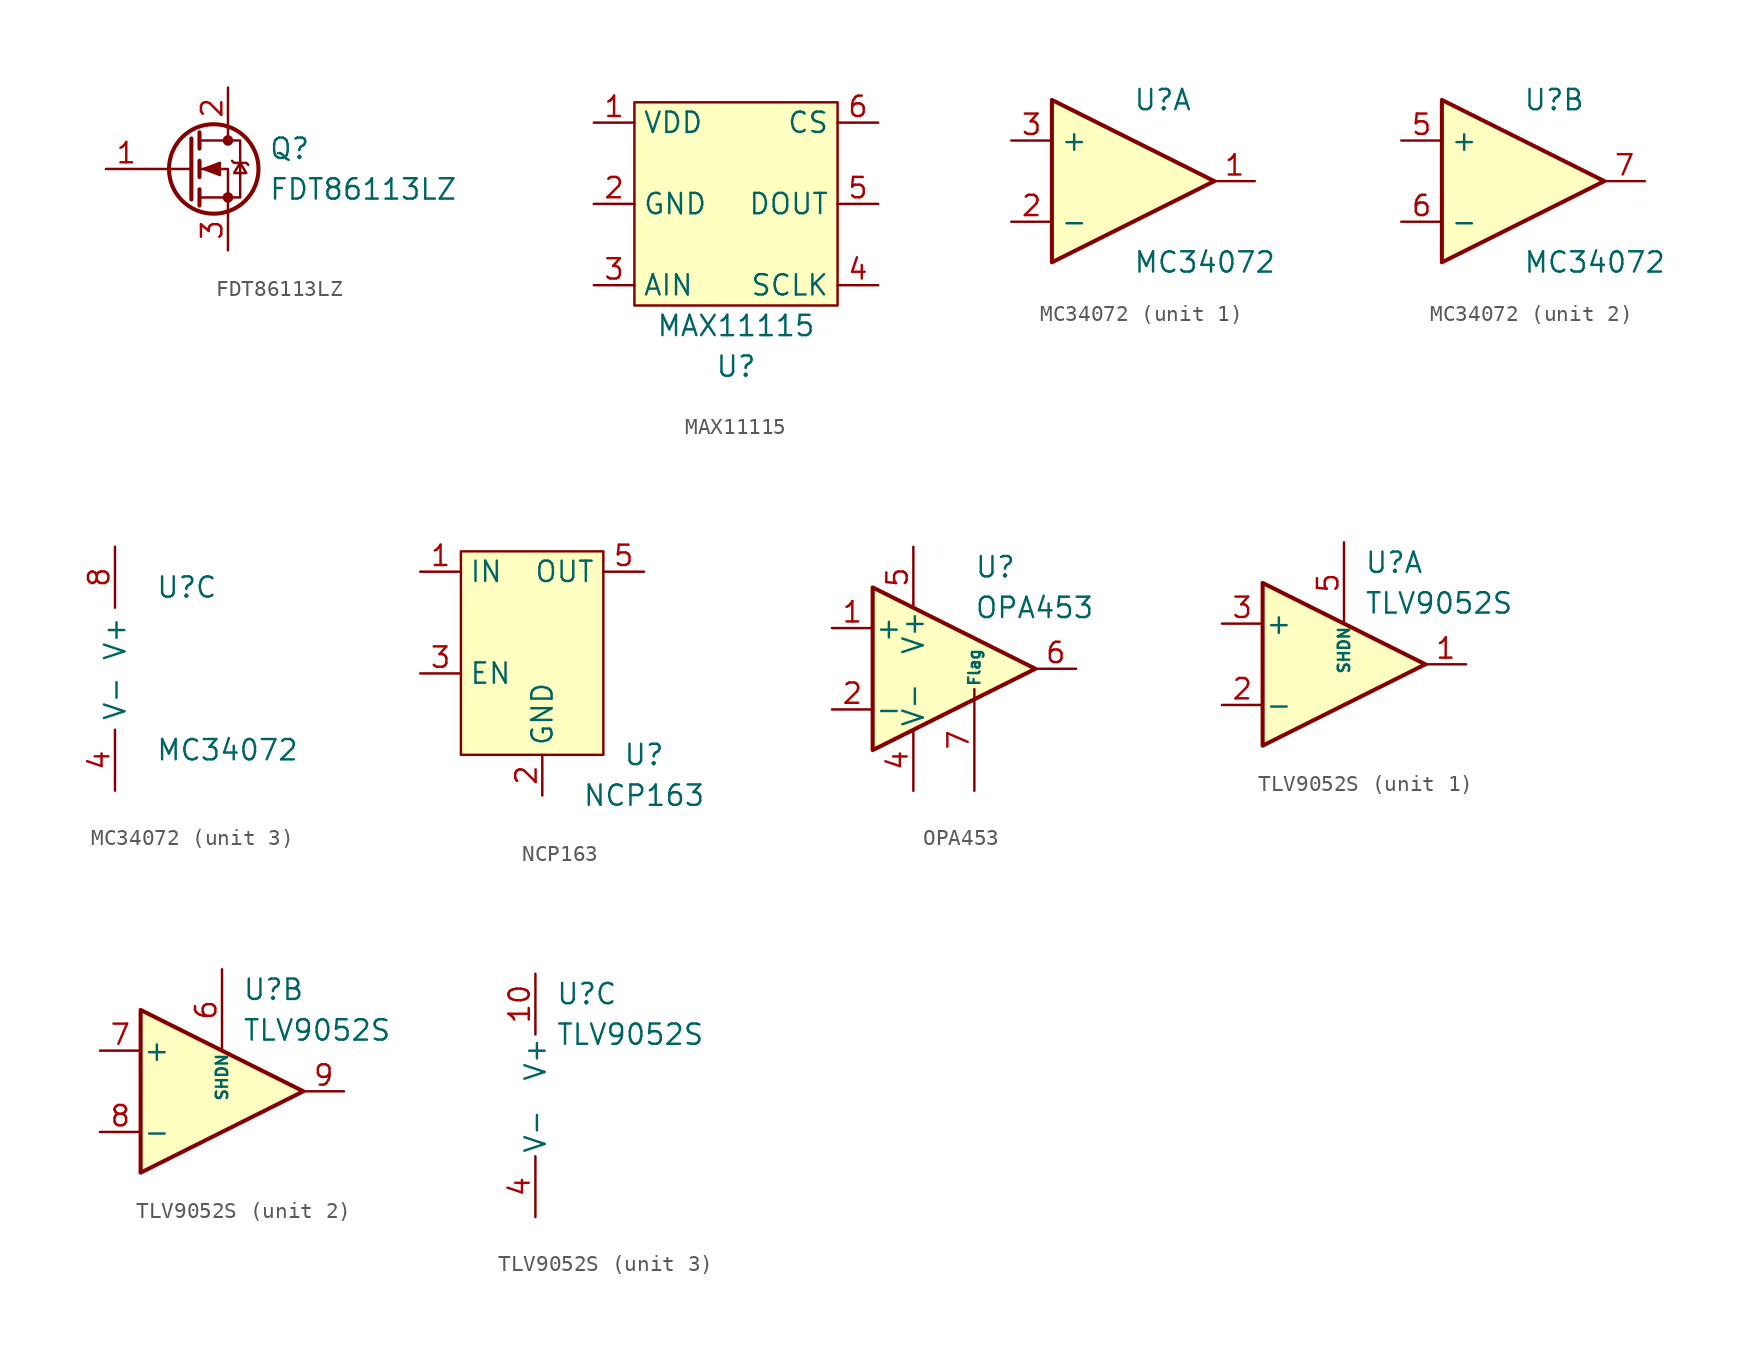
<source format=kicad_sym>
(kicad_symbol_lib
  (version 20211014)
  (generator kicad_symbol_editor)
  (symbol "FDT86113LZ"
    (pin_names
      (offset 0) hide)
    (property "Reference" "Q"
      (at 5.08 1.27 0)
      (effects (font (size 1.27 1.27)) (justify left)))
    (property "Value" "FDT86113LZ"
      (at 5.08 -1.27 0)
      (effects (font (size 1.27 1.27)) (justify left)))
    (symbol "FDT86113LZ_0_1"
      (polyline (pts (xy 0.254 0) (xy -2.54 0)) (stroke (width 0) (type default) (color 0 0 0 0)) (fill (type none)))
      (polyline (pts (xy 0.254 1.905) (xy 0.254 -1.905)) (stroke (width 0.254) (type default) (color 0 0 0 0)) (fill (type none)))
      (polyline (pts (xy 0.762 -1.27) (xy 0.762 -2.286)) (stroke (width 0.254) (type default) (color 0 0 0 0)) (fill (type none)))
      (polyline (pts (xy 0.762 0.508) (xy 0.762 -0.508)) (stroke (width 0.254) (type default) (color 0 0 0 0)) (fill (type none)))
      (polyline (pts (xy 0.762 2.286) (xy 0.762 1.27)) (stroke (width 0.254) (type default) (color 0 0 0 0)) (fill (type none)))
      (polyline (pts (xy 2.54 2.54) (xy 2.54 1.778)) (stroke (width 0) (type default) (color 0 0 0 0)) (fill (type none)))
      (polyline (pts (xy 2.54 -2.54) (xy 2.54 0) (xy 0.762 0)) (stroke (width 0) (type default) (color 0 0 0 0)) (fill (type none)))
      (polyline (pts (xy 0.762 -1.778) (xy 3.302 -1.778) (xy 3.302 1.778) (xy 0.762 1.778)) (stroke (width 0) (type default) (color 0 0 0 0)) (fill (type none)))
      (polyline (pts (xy 1.016 0) (xy 2.032 0.381) (xy 2.032 -0.381) (xy 1.016 0)) (stroke (width 0) (type default) (color 0 0 0 0)) (fill (type outline)))
      (polyline (pts (xy 2.794 0.508) (xy 2.921 0.381) (xy 3.683 0.381) (xy 3.81 0.254)) (stroke (width 0) (type default) (color 0 0 0 0)) (fill (type none)))
      (polyline (pts (xy 3.302 0.381) (xy 2.921 -0.254) (xy 3.683 -0.254) (xy 3.302 0.381)) (stroke (width 0) (type default) (color 0 0 0 0)) (fill (type none)))
      (circle (center 1.651 0) (radius 2.794) (stroke (width 0.254) (type default) (color 0 0 0 0)) (fill (type none)))
      (circle (center 2.54 -1.778) (radius 0.254) (stroke (width 0) (type default) (color 0 0 0 0)) (fill (type outline)))
      (circle (center 2.54 1.778) (radius 0.254) (stroke (width 0) (type default) (color 0 0 0 0)) (fill (type outline))))
    (symbol "FDT86113LZ_1_1"
      (pin input line (at -5.08 0 0) (length 2.54) (name "G" (effects (font (size 1.27 1.27)))) (number "1" (effects (font (size 1.27 1.27)))))
      (pin passive line (at 2.54 5.08 270) (length 2.54) (name "D" (effects (font (size 1.27 1.27)))) (number "2" (effects (font (size 1.27 1.27)))))
      (pin passive line (at 2.54 -5.08 90) (length 2.54) (name "S" (effects (font (size 1.27 1.27)))) (number "3" (effects (font (size 1.27 1.27)))))))
  (symbol "MAX11115"
    (property "Reference" "U"
      (at 0 -10.16 0)
      (effects (font (size 1.27 1.27))))
    (property "Value" "MAX11115"
      (at 0 -7.62 0)
      (effects (font (size 1.27 1.27))))
    (symbol "MAX11115_0_1"
      (rectangle (start -6.35 6.35) (end 6.35 -6.35) (stroke (width 0) (type default) (color 0 0 0 0)) (fill (type background))))
    (symbol "MAX11115_1_1"
      (pin power_in line (at -8.89 5.08 0) (length 2.54) (name "VDD" (effects (font (size 1.27 1.27)))) (number "1" (effects (font (size 1.27 1.27)))))
      (pin power_in line (at -8.89 0 0) (length 2.54) (name "GND" (effects (font (size 1.27 1.27)))) (number "2" (effects (font (size 1.27 1.27)))))
      (pin input line (at -8.89 -5.08 0) (length 2.54) (name "AIN" (effects (font (size 1.27 1.27)))) (number "3" (effects (font (size 1.27 1.27)))))
      (pin passive line (at 8.89 -5.08 180) (length 2.54) (name "SCLK" (effects (font (size 1.27 1.27)))) (number "4" (effects (font (size 1.27 1.27)))))
      (pin passive line (at 8.89 0 180) (length 2.54) (name "DOUT" (effects (font (size 1.27 1.27)))) (number "5" (effects (font (size 1.27 1.27)))))
      (pin passive line (at 8.89 5.08 180) (length 2.54) (name "CS" (effects (font (size 1.27 1.27)))) (number "6" (effects (font (size 1.27 1.27)))))))
  (symbol "MC34072"
    (property "Reference" "U"
      (at 0 5.08 0)
      (effects (font (size 1.27 1.27)) (justify left)))
    (property "Value" "MC34072"
      (at 0 -5.08 0)
      (effects (font (size 1.27 1.27)) (justify left)))
    (property "ki_locked" ""
      (at 0 0 0)
      (effects (font (size 1.27 1.27))))
    (symbol "MC34072_1_1"
      (polyline (pts (xy -5.08 5.08) (xy 5.08 0) (xy -5.08 -5.08) (xy -5.08 5.08)) (stroke (width 0.254) (type default) (color 0 0 0 0)) (fill (type background)))
      (pin output line (at 7.62 0 180) (length 2.54) (name "~" (effects (font (size 1.27 1.27)))) (number "1" (effects (font (size 1.27 1.27)))))
      (pin input line (at -7.62 -2.54 0) (length 2.54) (name "-" (effects (font (size 1.27 1.27)))) (number "2" (effects (font (size 1.27 1.27)))))
      (pin input line (at -7.62 2.54 0) (length 2.54) (name "+" (effects (font (size 1.27 1.27)))) (number "3" (effects (font (size 1.27 1.27))))))
    (symbol "MC34072_2_1"
      (polyline (pts (xy -5.08 5.08) (xy 5.08 0) (xy -5.08 -5.08) (xy -5.08 5.08)) (stroke (width 0.254) (type default) (color 0 0 0 0)) (fill (type background)))
      (pin input line (at -7.62 2.54 0) (length 2.54) (name "+" (effects (font (size 1.27 1.27)))) (number "5" (effects (font (size 1.27 1.27)))))
      (pin input line (at -7.62 -2.54 0) (length 2.54) (name "-" (effects (font (size 1.27 1.27)))) (number "6" (effects (font (size 1.27 1.27)))))
      (pin output line (at 7.62 0 180) (length 2.54) (name "~" (effects (font (size 1.27 1.27)))) (number "7" (effects (font (size 1.27 1.27))))))
    (symbol "MC34072_3_1"
      (pin power_in line (at -2.54 -7.62 90) (length 3.81) (name "V-" (effects (font (size 1.27 1.27)))) (number "4" (effects (font (size 1.27 1.27)))))
      (pin power_in line (at -2.54 7.62 270) (length 3.81) (name "V+" (effects (font (size 1.27 1.27)))) (number "8" (effects (font (size 1.27 1.27)))))))
  (symbol "NCP163"
    (property "Reference" "U"
      (at 7.62 -5.08 0)
      (effects (font (size 1.27 1.27))))
    (property "Value" "NCP163"
      (at 7.62 -7.62 0)
      (effects (font (size 1.27 1.27))))
    (symbol "NCP163_0_1"
      (rectangle (start -3.81 7.62) (end 5.08 -5.08) (stroke (width 0) (type default) (color 0 0 0 0)) (fill (type background))))
    (symbol "NCP163_1_1"
      (pin power_in line (at -6.35 6.35 0) (length 2.54) (name "IN" (effects (font (size 1.27 1.27)))) (number "1" (effects (font (size 1.27 1.27)))))
      (pin power_in line (at 1.27 -7.62 90) (length 2.54) (name "GND" (effects (font (size 1.27 1.27)))) (number "2" (effects (font (size 1.27 1.27)))))
      (pin passive line (at -6.35 0 0) (length 2.54) (name "EN" (effects (font (size 1.27 1.27)))) (number "3" (effects (font (size 1.27 1.27)))))
      (pin power_out line (at 7.62 6.35 180) (length 2.54) (name "OUT" (effects (font (size 1.27 1.27)))) (number "5" (effects (font (size 1.27 1.27)))))))
  (symbol "OPA453"
    (pin_names
      (offset 0.127))
    (property "Reference" "U"
      (at 1.27 6.35 0)
      (effects (font (size 1.27 1.27)) (justify left)))
    (property "Value" "OPA453"
      (at 1.27 3.81 0)
      (effects (font (size 1.27 1.27)) (justify left)))
    (symbol "OPA453_0_1"
      (polyline (pts (xy -5.08 5.08) (xy 5.08 0) (xy -5.08 -5.08) (xy -5.08 5.08)) (stroke (width 0.254) (type default) (color 0 0 0 0)) (fill (type background))))
    (symbol "OPA453_1_1"
      (pin input line (at -7.62 2.54 0) (length 2.54) (name "+" (effects (font (size 1.27 1.27)))) (number "1" (effects (font (size 1.27 1.27)))))
      (pin input line (at -7.62 -2.54 0) (length 2.54) (name "-" (effects (font (size 1.27 1.27)))) (number "2" (effects (font (size 1.27 1.27)))))
      (pin power_in line (at -2.54 -7.62 90) (length 3.81) (name "V-" (effects (font (size 1.27 1.27)))) (number "4" (effects (font (size 1.27 1.27)))))
      (pin power_in line (at -2.54 7.62 270) (length 3.81) (name "V+" (effects (font (size 1.27 1.27)))) (number "5" (effects (font (size 1.27 1.27)))))
      (pin output line (at 7.62 0 180) (length 2.54) (name "~" (effects (font (size 1.27 1.27)))) (number "6" (effects (font (size 1.27 1.27)))))
      (pin input line (at 1.27 -7.62 90) (length 6.35) (name "Flag" (effects (font (size 0.708 0.708)))) (number "7" (effects (font (size 1.27 1.27)))))))
  (symbol "TLV9052S"
    (pin_names
      (offset 0.127))
    (property "Reference" "U"
      (at 1.27 6.35 0)
      (effects (font (size 1.27 1.27)) (justify left)))
    (property "Value" "TLV9052S"
      (at 1.27 3.81 0)
      (effects (font (size 1.27 1.27)) (justify left)))
    (property "ki_locked" ""
      (at 0 0 0)
      (effects (font (size 1.27 1.27))))
    (symbol "TLV9052S_1_1"
      (polyline (pts (xy -5.08 5.08) (xy 5.08 0) (xy -5.08 -5.08) (xy -5.08 5.08) (xy -5.08 5.08)) (stroke (width 0.254) (type default) (color 0 0 0 0)) (fill (type background)))
      (pin output line (at 7.62 0 180) (length 2.54) (name "~" (effects (font (size 1.27 1.27)))) (number "1" (effects (font (size 1.27 1.27)))))
      (pin input line (at -7.62 -2.54 0) (length 2.54) (name "-" (effects (font (size 1.27 1.27)))) (number "2" (effects (font (size 1.27 1.27)))))
      (pin input line (at -7.62 2.54 0) (length 2.54) (name "+" (effects (font (size 1.27 1.27)))) (number "3" (effects (font (size 1.27 1.27)))))
      (pin input line (at 0 7.62 270) (length 5.08) (name "SHDN" (effects (font (size 0.708 0.708)))) (number "5" (effects (font (size 1.27 1.27))))))
    (symbol "TLV9052S_2_1"
      (polyline (pts (xy -5.08 5.08) (xy 5.08 0) (xy -5.08 -5.08) (xy -5.08 5.08) (xy -5.08 5.08)) (stroke (width 0.254) (type default) (color 0 0 0 0)) (fill (type background)))
      (pin input line (at 0 7.62 270) (length 5.08) (name "SHDN" (effects (font (size 0.708 0.708)))) (number "6" (effects (font (size 1.27 1.27)))))
      (pin input line (at -7.62 2.54 0) (length 2.54) (name "+" (effects (font (size 1.27 1.27)))) (number "7" (effects (font (size 1.27 1.27)))))
      (pin input line (at -7.62 -2.54 0) (length 2.54) (name "-" (effects (font (size 1.27 1.27)))) (number "8" (effects (font (size 1.27 1.27)))))
      (pin output line (at 7.62 0 180) (length 2.54) (name "~" (effects (font (size 1.27 1.27)))) (number "9" (effects (font (size 1.27 1.27))))))
    (symbol "TLV9052S_3_1"
      (pin power_in line (at 0 7.62 270) (length 3.81) (name "V+" (effects (font (size 1.27 1.27)))) (number "10" (effects (font (size 1.27 1.27)))))
      (pin power_in line (at 0 -7.62 90) (length 3.81) (name "V-" (effects (font (size 1.27 1.27)))) (number "4" (effects (font (size 1.27 1.27))))))))
</source>
